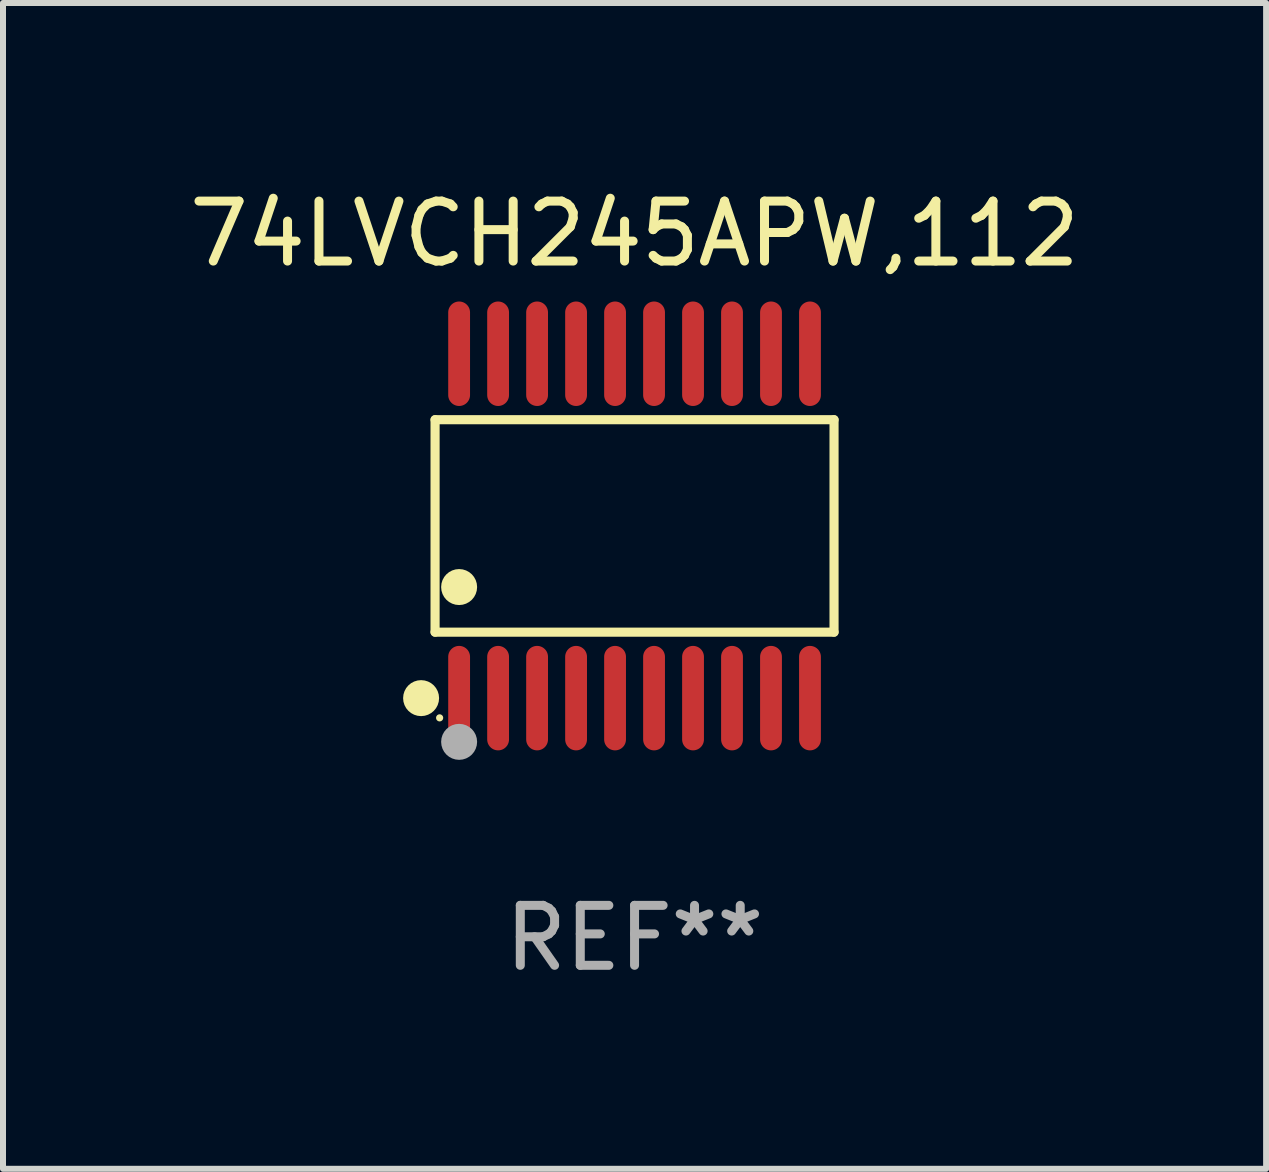
<source format=kicad_pcb>
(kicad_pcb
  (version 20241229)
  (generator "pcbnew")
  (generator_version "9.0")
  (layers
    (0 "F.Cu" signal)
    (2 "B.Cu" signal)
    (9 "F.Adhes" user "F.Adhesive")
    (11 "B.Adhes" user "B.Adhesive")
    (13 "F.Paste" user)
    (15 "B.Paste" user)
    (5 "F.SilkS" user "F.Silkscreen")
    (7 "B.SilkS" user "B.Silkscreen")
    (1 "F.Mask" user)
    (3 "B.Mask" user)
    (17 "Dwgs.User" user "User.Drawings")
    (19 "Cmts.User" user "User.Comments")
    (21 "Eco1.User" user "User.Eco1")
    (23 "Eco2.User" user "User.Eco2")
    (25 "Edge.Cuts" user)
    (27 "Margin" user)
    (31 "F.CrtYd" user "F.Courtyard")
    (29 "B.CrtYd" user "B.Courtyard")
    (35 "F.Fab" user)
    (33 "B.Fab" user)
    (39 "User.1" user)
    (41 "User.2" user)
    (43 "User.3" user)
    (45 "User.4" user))
  (footprint "74LVCH245APW,112"
    (layer "F.Cu")
    (at 7.53 5.719)
    (property "Reference" "74LVCH245APW,112" (at 0 -4.871 0) (layer "F.SilkS") (effects (font (size 1 1) (thickness 0.15))))
    (attr through_hole)
    (fp_line (start -3.326 -1.771) (end 3.326 -1.771) (stroke (width 0.152) (type solid)) (layer "F.SilkS"))
    (fp_line (start -3.326 1.771) (end -3.326 -1.771) (stroke (width 0.152) (type solid)) (layer "F.SilkS"))
    (fp_line (start 3.326 -1.771) (end 3.326 1.771) (stroke (width 0.152) (type solid)) (layer "F.SilkS"))
    (fp_line (start 3.326 1.771) (end -3.326 1.771) (stroke (width 0.152) (type solid)) (layer "F.SilkS"))
    (fp_circle (center -3.559 2.871) (end -3.409 2.871) (stroke (width 0.3) (type solid)) (fill no) (layer "F.SilkS"))
    (fp_circle (center -3.25 3.2) (end -3.22 3.2) (stroke (width 0.06) (type solid)) (fill no) (layer "F.SilkS"))
    (fp_circle (center -2.925 1.019) (end -2.775 1.019) (stroke (width 0.3) (type solid)) (fill no) (layer "F.SilkS"))
    (fp_circle (center -2.925 3.6) (end -2.775 3.6) (stroke (width 0.3) (type solid)) (fill no) (layer "F.Fab"))
    (fp_text user "REF**" (at 0 6.871 0) (layer "F.Fab") (effects (font (size 1 1) (thickness 0.15))))
    (pad "1" smd oval (at -2.925 2.871) (size 0.364 1.742) (layers "F.Cu" "F.Mask" "F.Paste"))
    (pad "2" smd oval (at -2.275 2.871) (size 0.364 1.742) (layers "F.Cu" "F.Mask" "F.Paste"))
    (pad "3" smd oval (at -1.625 2.871) (size 0.364 1.742) (layers "F.Cu" "F.Mask" "F.Paste"))
    (pad "4" smd oval (at -0.975 2.871) (size 0.364 1.742) (layers "F.Cu" "F.Mask" "F.Paste"))
    (pad "5" smd oval (at -0.325 2.871) (size 0.364 1.742) (layers "F.Cu" "F.Mask" "F.Paste"))
    (pad "6" smd oval (at 0.325 2.871) (size 0.364 1.742) (layers "F.Cu" "F.Mask" "F.Paste"))
    (pad "7" smd oval (at 0.975 2.871) (size 0.364 1.742) (layers "F.Cu" "F.Mask" "F.Paste"))
    (pad "8" smd oval (at 1.625 2.871) (size 0.364 1.742) (layers "F.Cu" "F.Mask" "F.Paste"))
    (pad "9" smd oval (at 2.275 2.871) (size 0.364 1.742) (layers "F.Cu" "F.Mask" "F.Paste"))
    (pad "10" smd oval (at 2.925 2.871) (size 0.364 1.742) (layers "F.Cu" "F.Mask" "F.Paste"))
    (pad "11" smd oval (at 2.925 -2.871) (size 0.364 1.742) (layers "F.Cu" "F.Mask" "F.Paste"))
    (pad "12" smd oval (at 2.275 -2.871) (size 0.364 1.742) (layers "F.Cu" "F.Mask" "F.Paste"))
    (pad "13" smd oval (at 1.625 -2.871) (size 0.364 1.742) (layers "F.Cu" "F.Mask" "F.Paste"))
    (pad "14" smd oval (at 0.975 -2.871) (size 0.364 1.742) (layers "F.Cu" "F.Mask" "F.Paste"))
    (pad "15" smd oval (at 0.325 -2.871) (size 0.364 1.742) (layers "F.Cu" "F.Mask" "F.Paste"))
    (pad "16" smd oval (at -0.325 -2.871) (size 0.364 1.742) (layers "F.Cu" "F.Mask" "F.Paste"))
    (pad "17" smd oval (at -0.975 -2.871) (size 0.364 1.742) (layers "F.Cu" "F.Mask" "F.Paste"))
    (pad "18" smd oval (at -1.625 -2.871) (size 0.364 1.742) (layers "F.Cu" "F.Mask" "F.Paste"))
    (pad "19" smd oval (at -2.275 -2.871) (size 0.364 1.742) (layers "F.Cu" "F.Mask" "F.Paste"))
    (pad "20" smd oval (at -2.925 -2.871) (size 0.364 1.742) (layers "F.Cu" "F.Mask" "F.Paste")))
  (gr_rect
    (start -3 -3)
    (end 18.06 16.438)
    (stroke (width 0.1) (type default))
    (fill no)
    (layer "Edge.Cuts")))
</source>
